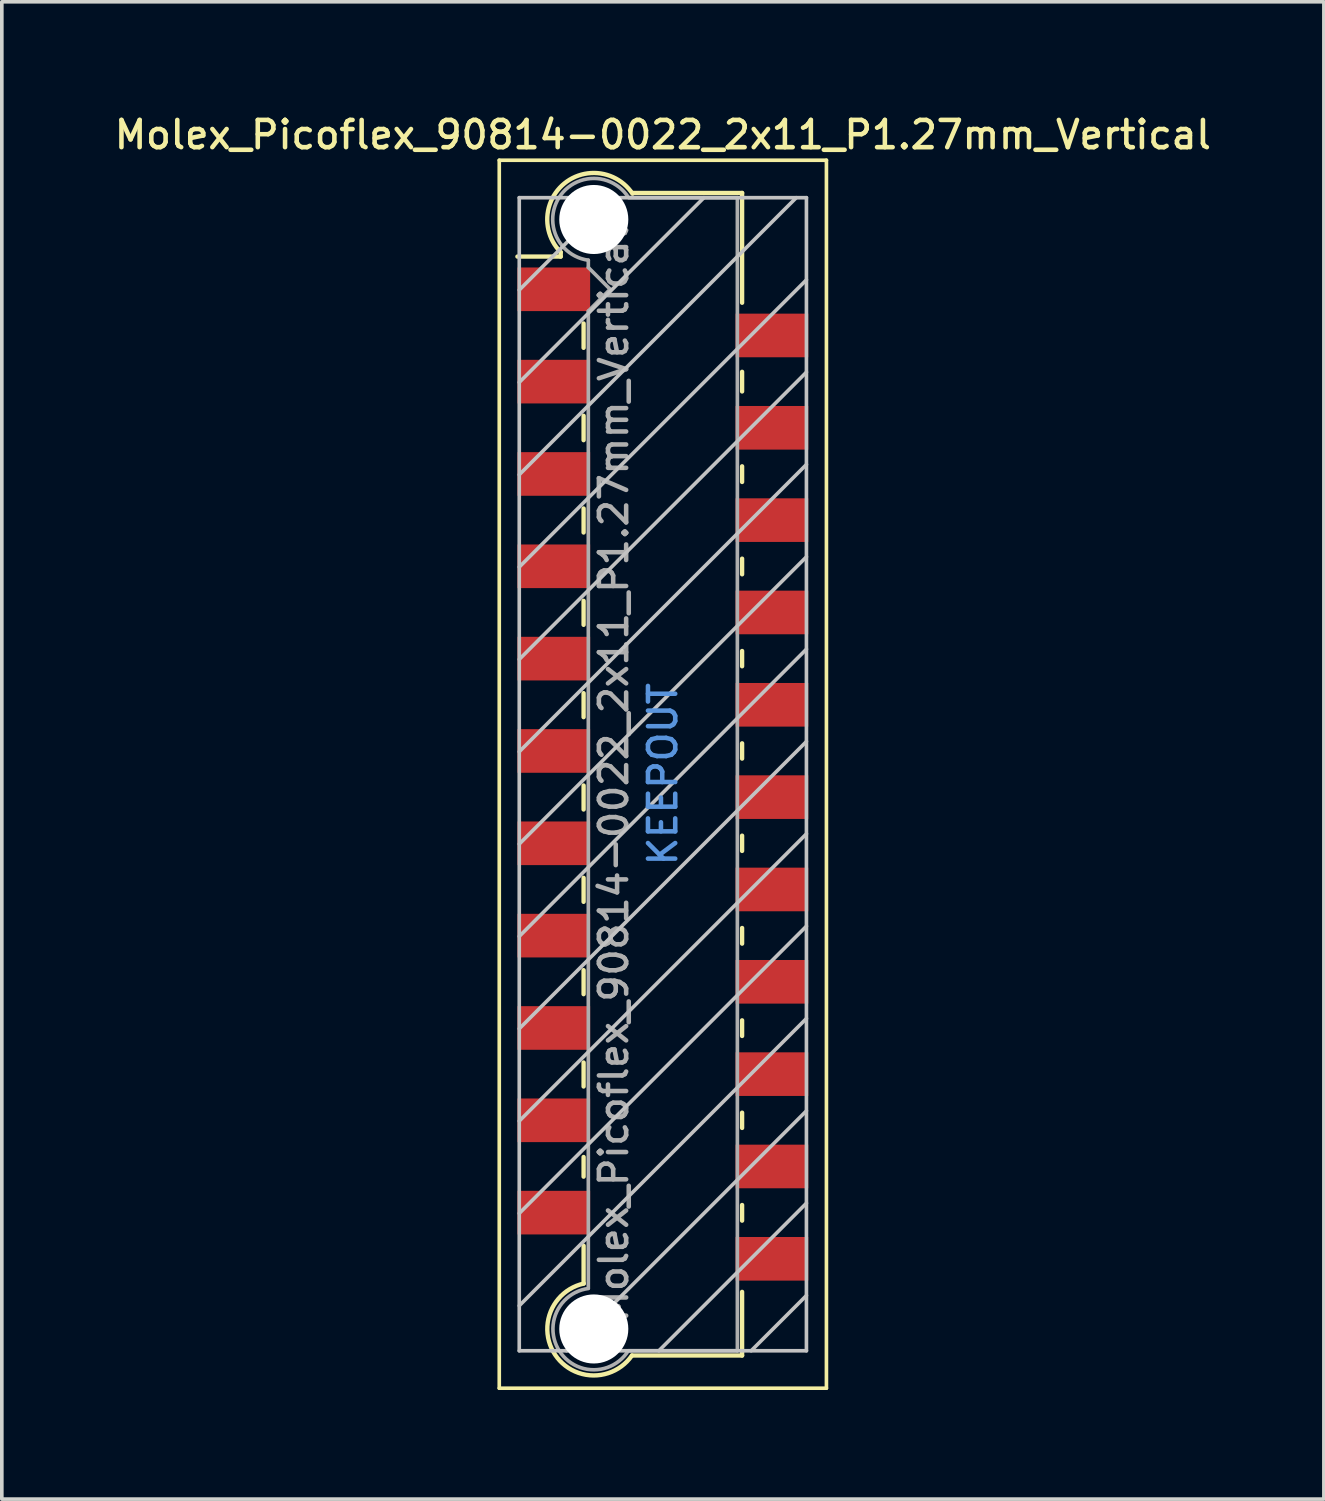
<source format=kicad_pcb>
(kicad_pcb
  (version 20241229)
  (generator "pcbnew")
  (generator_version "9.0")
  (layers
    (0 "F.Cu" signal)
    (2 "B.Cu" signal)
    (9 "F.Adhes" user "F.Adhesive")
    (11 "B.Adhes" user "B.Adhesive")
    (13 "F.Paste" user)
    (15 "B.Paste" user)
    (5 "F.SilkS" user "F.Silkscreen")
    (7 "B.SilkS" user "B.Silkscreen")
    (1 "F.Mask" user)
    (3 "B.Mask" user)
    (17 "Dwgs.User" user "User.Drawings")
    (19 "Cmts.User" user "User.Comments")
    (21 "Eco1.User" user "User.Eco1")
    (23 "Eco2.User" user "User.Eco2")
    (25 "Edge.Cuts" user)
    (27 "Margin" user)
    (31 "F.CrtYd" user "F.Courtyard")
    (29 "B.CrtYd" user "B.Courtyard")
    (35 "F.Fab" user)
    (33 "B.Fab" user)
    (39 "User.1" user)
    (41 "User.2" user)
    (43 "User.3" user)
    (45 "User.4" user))
  (footprint "Molex_Picoflex_90814-0022_2x11_P1.27mm_Vertical"
    (layer "F.Cu")
    (at 15.184 18.248)
    (property "Reference" "Molex_Picoflex_90814-0022_2x11_P1.27mm_Vertical" (at 0 -17.59 0) (layer "F.SilkS") (effects (font (size 0.75 0.75) (thickness 0.125))))
    (attr smd)
    (fp_line (start -4.5 -16.89) (end -4.5 16.89) (stroke (width 0.1) (type solid)) (layer "F.SilkS"))
    (fp_line (start -4.5 16.89) (end 4.5 16.89) (stroke (width 0.1) (type solid)) (layer "F.SilkS"))
    (fp_line (start -2.81 -14.36) (end -2.81 -14.24) (stroke (width 0.12) (type solid)) (layer "F.SilkS"))
    (fp_line (start -2.81 -14.24) (end -4 -14.24) (stroke (width 0.12) (type solid)) (layer "F.SilkS"))
    (fp_line (start -2.18 -11.73) (end -2.18 -12.4) (stroke (width 0.12) (type solid)) (layer "F.SilkS"))
    (fp_line (start -2.18 -9.19) (end -2.18 -9.86) (stroke (width 0.12) (type solid)) (layer "F.SilkS"))
    (fp_line (start -2.18 -6.65) (end -2.18 -7.31) (stroke (width 0.12) (type solid)) (layer "F.SilkS"))
    (fp_line (start -2.18 -4.11) (end -2.18 -4.77) (stroke (width 0.12) (type solid)) (layer "F.SilkS"))
    (fp_line (start -2.18 -1.57) (end -2.18 -2.23) (stroke (width 0.12) (type solid)) (layer "F.SilkS"))
    (fp_line (start -2.18 0.97) (end -2.18 0.31) (stroke (width 0.12) (type solid)) (layer "F.SilkS"))
    (fp_line (start -2.18 3.51) (end -2.18 2.85) (stroke (width 0.12) (type solid)) (layer "F.SilkS"))
    (fp_line (start -2.18 6.05) (end -2.18 5.39) (stroke (width 0.12) (type solid)) (layer "F.SilkS"))
    (fp_line (start -2.18 8.59) (end -2.18 7.93) (stroke (width 0.12) (type solid)) (layer "F.SilkS"))
    (fp_line (start -2.18 11.07) (end -2.18 10.53) (stroke (width 0.12) (type solid)) (layer "F.SilkS"))
    (fp_line (start -2.18 14.01) (end -2.18 12.97) (stroke (width 0.12) (type solid)) (layer "F.SilkS"))
    (fp_line (start 2.18 -15.99) (end -0.82 -15.99) (stroke (width 0.12) (type solid)) (layer "F.SilkS"))
    (fp_line (start 2.18 -15.99) (end 2.18 -12.97) (stroke (width 0.12) (type solid)) (layer "F.SilkS"))
    (fp_line (start 2.18 -11.07) (end 2.18 -10.53) (stroke (width 0.12) (type solid)) (layer "F.SilkS"))
    (fp_line (start 2.18 -8.47) (end 2.18 -8.04) (stroke (width 0.12) (type solid)) (layer "F.SilkS"))
    (fp_line (start 2.18 -5.93) (end 2.18 -5.5) (stroke (width 0.12) (type solid)) (layer "F.SilkS"))
    (fp_line (start 2.18 -3.39) (end 2.18 -2.97) (stroke (width 0.12) (type solid)) (layer "F.SilkS"))
    (fp_line (start 2.18 -0.85) (end 2.18 -0.43) (stroke (width 0.12) (type solid)) (layer "F.SilkS"))
    (fp_line (start 2.18 1.69) (end 2.18 2.11) (stroke (width 0.12) (type solid)) (layer "F.SilkS"))
    (fp_line (start 2.18 4.23) (end 2.18 4.66) (stroke (width 0.12) (type solid)) (layer "F.SilkS"))
    (fp_line (start 2.18 6.77) (end 2.18 7.2) (stroke (width 0.12) (type solid)) (layer "F.SilkS"))
    (fp_line (start 2.18 9.31) (end 2.18 9.73) (stroke (width 0.12) (type solid)) (layer "F.SilkS"))
    (fp_line (start 2.18 11.85) (end 2.18 12.28) (stroke (width 0.12) (type solid)) (layer "F.SilkS"))
    (fp_line (start 2.18 14.24) (end 2.18 15.99) (stroke (width 0.12) (type solid)) (layer "F.SilkS"))
    (fp_line (start 2.18 15.99) (end -0.85 15.99) (stroke (width 0.12) (type solid)) (layer "F.SilkS"))
    (fp_line (start 4.5 -16.89) (end -4.5 -16.89) (stroke (width 0.1) (type solid)) (layer "F.SilkS"))
    (fp_line (start 4.5 16.89) (end 4.5 -16.89) (stroke (width 0.1) (type solid)) (layer "F.SilkS"))
    (fp_arc (start -2.81 -14.36) (mid -2.708637 -16.252072) (end -0.834991 -15.969828) (stroke (width 0.12) (type solid)) (layer "F.SilkS"))
    (fp_arc (start -0.85 15.99) (mid -2.962791 15.971248) (end -2.174424 14.010964) (stroke (width 0.12) (type solid)) (layer "F.SilkS"))
    (fp_line (start -3.95 -15.86) (end -3.95 15.86) (stroke (width 0.1) (type solid)) (layer "Dwgs.User"))
    (fp_line (start -3.95 -13.32) (end -1.41 -15.86) (stroke (width 0.1) (type solid)) (layer "Dwgs.User"))
    (fp_line (start -3.95 -10.78) (end 1.13 -15.86) (stroke (width 0.1) (type solid)) (layer "Dwgs.User"))
    (fp_line (start -3.95 -8.24) (end 3.67 -15.86) (stroke (width 0.1) (type solid)) (layer "Dwgs.User"))
    (fp_line (start -3.95 -5.7) (end 3.95 -13.6) (stroke (width 0.1) (type solid)) (layer "Dwgs.User"))
    (fp_line (start -3.95 -3.16) (end 3.95 -11.06) (stroke (width 0.1) (type solid)) (layer "Dwgs.User"))
    (fp_line (start -3.95 -0.62) (end 3.95 -8.52) (stroke (width 0.1) (type solid)) (layer "Dwgs.User"))
    (fp_line (start -3.95 1.92) (end 3.95 -5.98) (stroke (width 0.1) (type solid)) (layer "Dwgs.User"))
    (fp_line (start -3.95 4.46) (end 3.95 -3.44) (stroke (width 0.1) (type solid)) (layer "Dwgs.User"))
    (fp_line (start -3.95 7) (end 3.95 -0.9) (stroke (width 0.1) (type solid)) (layer "Dwgs.User"))
    (fp_line (start -3.95 9.54) (end 3.95 1.64) (stroke (width 0.1) (type solid)) (layer "Dwgs.User"))
    (fp_line (start -3.95 12.08) (end 3.95 4.18) (stroke (width 0.1) (type solid)) (layer "Dwgs.User"))
    (fp_line (start -3.95 14.62) (end 3.95 6.72) (stroke (width 0.1) (type solid)) (layer "Dwgs.User"))
    (fp_line (start -3.95 15.86) (end 3.95 15.86) (stroke (width 0.1) (type solid)) (layer "Dwgs.User"))
    (fp_line (start -2.65 15.86) (end 3.95 9.26) (stroke (width 0.1) (type solid)) (layer "Dwgs.User"))
    (fp_line (start -0.11 15.86) (end 3.95 11.8) (stroke (width 0.1) (type solid)) (layer "Dwgs.User"))
    (fp_line (start 2.43 15.86) (end 3.95 14.34) (stroke (width 0.1) (type solid)) (layer "Dwgs.User"))
    (fp_line (start 3.95 -15.86) (end -3.95 -15.86) (stroke (width 0.1) (type solid)) (layer "Dwgs.User"))
    (fp_line (start 3.95 15.86) (end 3.95 -15.86) (stroke (width 0.1) (type solid)) (layer "Dwgs.User"))
    (fp_line (start -2.05 -13.94) (end -2.05 -14.14) (stroke (width 0.1) (type solid)) (layer "F.Fab"))
    (fp_line (start -2.05 -12.74) (end -1.45 -13.34) (stroke (width 0.1) (type solid)) (layer "F.Fab"))
    (fp_line (start -2.05 14.14) (end -2.05 -12.74) (stroke (width 0.1) (type solid)) (layer "F.Fab"))
    (fp_line (start -1.45 -13.34) (end -2.05 -13.94) (stroke (width 0.1) (type solid)) (layer "F.Fab"))
    (fp_line (start 2.05 -15.86) (end -0.93 -15.86) (stroke (width 0.1) (type solid)) (layer "F.Fab"))
    (fp_line (start 2.05 -15.86) (end 2.05 15.86) (stroke (width 0.1) (type solid)) (layer "F.Fab"))
    (fp_line (start 2.05 15.86) (end -0.95 15.86) (stroke (width 0.1) (type solid)) (layer "F.Fab"))
    (fp_arc (start -2.05 -14.14) (mid -2.851672 -15.869279) (end -0.945612 -15.865015) (stroke (width 0.1) (type solid)) (layer "F.Fab"))
    (fp_arc (start -0.95 15.86) (mid -2.845272 15.867422) (end -2.051022 14.146585) (stroke (width 0.1) (type solid)) (layer "F.Fab"))
    (fp_text user "KEEPOUT" (at 0 0 90) (layer "Cmts.User") (effects (font (size 0.75 0.75) (thickness 0.125))))
    (fp_text user "${REFERENCE}" (at -1.35 0 90) (layer "F.Fab") (effects (font (size 0.75 0.75) (thickness 0.125))))
    (pad "" np_thru_hole circle (at -1.9 -15.26) (size 1.9 1.9) (drill 1.9) (layers "*.Cu" "*.Mask"))
    (pad "" np_thru_hole circle (at -1.9 15.26) (size 1.9 1.9) (drill 1.9) (layers "*.Cu" "*.Mask"))
    (pad "1" smd rect (at -3 -13.34) (size 2 1.2) (layers "F.Cu" "F.Mask" "F.Paste"))
    (pad "2" smd rect (at 3 -12.07) (size 2 1.2) (layers "F.Cu" "F.Mask" "F.Paste"))
    (pad "3" smd rect (at -3 -10.8) (size 2 1.2) (layers "F.Cu" "F.Mask" "F.Paste"))
    (pad "4" smd rect (at 3 -9.53) (size 2 1.2) (layers "F.Cu" "F.Mask" "F.Paste"))
    (pad "5" smd rect (at -3 -8.26) (size 2 1.2) (layers "F.Cu" "F.Mask" "F.Paste"))
    (pad "6" smd rect (at 3 -6.99) (size 2 1.2) (layers "F.Cu" "F.Mask" "F.Paste"))
    (pad "7" smd rect (at -3 -5.72) (size 2 1.2) (layers "F.Cu" "F.Mask" "F.Paste"))
    (pad "8" smd rect (at 3 -4.45) (size 2 1.2) (layers "F.Cu" "F.Mask" "F.Paste"))
    (pad "9" smd rect (at -3 -3.18) (size 2 1.2) (layers "F.Cu" "F.Mask" "F.Paste"))
    (pad "10" smd rect (at 3 -1.91) (size 2 1.2) (layers "F.Cu" "F.Mask" "F.Paste"))
    (pad "11" smd rect (at -3 -0.64) (size 2 1.2) (layers "F.Cu" "F.Mask" "F.Paste"))
    (pad "12" smd rect (at 3 0.63) (size 2 1.2) (layers "F.Cu" "F.Mask" "F.Paste"))
    (pad "13" smd rect (at -3 1.9) (size 2 1.2) (layers "F.Cu" "F.Mask" "F.Paste"))
    (pad "14" smd rect (at 3 3.17) (size 2 1.2) (layers "F.Cu" "F.Mask" "F.Paste"))
    (pad "15" smd rect (at -3 4.44) (size 2 1.2) (layers "F.Cu" "F.Mask" "F.Paste"))
    (pad "16" smd rect (at 3 5.71) (size 2 1.2) (layers "F.Cu" "F.Mask" "F.Paste"))
    (pad "17" smd rect (at -3 6.98) (size 2 1.2) (layers "F.Cu" "F.Mask" "F.Paste"))
    (pad "18" smd rect (at 3 8.25) (size 2 1.2) (layers "F.Cu" "F.Mask" "F.Paste"))
    (pad "19" smd rect (at -3 9.52) (size 2 1.2) (layers "F.Cu" "F.Mask" "F.Paste"))
    (pad "20" smd rect (at 3 10.79) (size 2 1.2) (layers "F.Cu" "F.Mask" "F.Paste"))
    (pad "21" smd rect (at -3 12.06) (size 2 1.2) (layers "F.Cu" "F.Mask" "F.Paste"))
    (pad "22" smd rect (at 3 13.33) (size 2 1.2) (layers "F.Cu" "F.Mask" "F.Paste")))
  (gr_rect
    (start -3 -3)
    (end 33.368 38.188)
    (stroke (width 0.1) (type default))
    (fill no)
    (layer "Edge.Cuts")))
</source>
